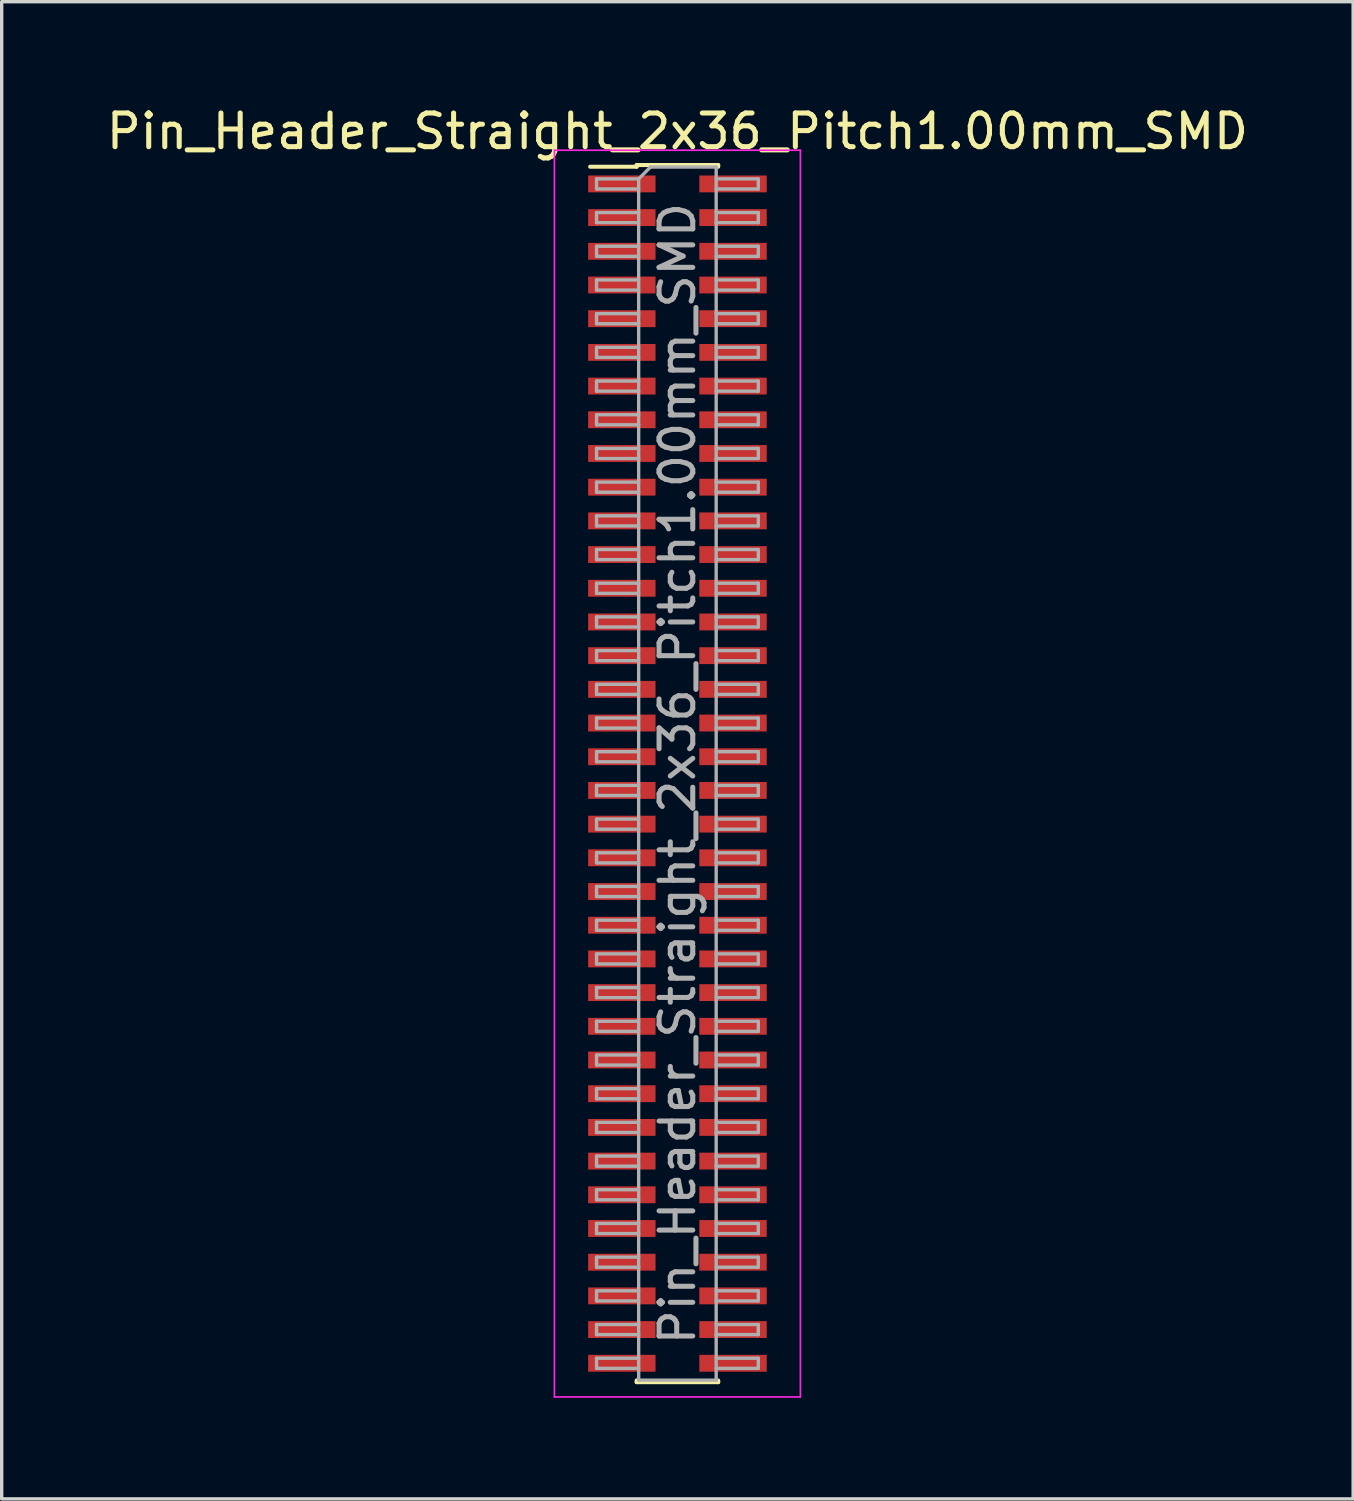
<source format=kicad_pcb>
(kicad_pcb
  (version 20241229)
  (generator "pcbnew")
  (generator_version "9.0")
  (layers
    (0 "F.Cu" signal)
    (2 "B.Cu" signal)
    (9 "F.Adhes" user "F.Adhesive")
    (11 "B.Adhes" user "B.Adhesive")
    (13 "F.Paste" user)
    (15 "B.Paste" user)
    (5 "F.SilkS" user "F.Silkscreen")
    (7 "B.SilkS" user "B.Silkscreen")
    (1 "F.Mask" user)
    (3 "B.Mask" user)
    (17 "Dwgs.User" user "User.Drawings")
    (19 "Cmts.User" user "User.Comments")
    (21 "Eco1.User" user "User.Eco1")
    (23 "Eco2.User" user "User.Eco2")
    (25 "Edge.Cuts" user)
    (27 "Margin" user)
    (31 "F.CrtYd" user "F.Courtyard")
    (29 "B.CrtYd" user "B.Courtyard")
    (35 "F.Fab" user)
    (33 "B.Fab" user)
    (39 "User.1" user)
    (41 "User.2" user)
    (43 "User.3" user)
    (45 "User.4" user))
  (footprint "Pin_Header_Straight_2x36_Pitch1.00mm_SMD"
    (layer "F.Cu")
    (at 17.054 19.908)
    (property "Reference" "Pin_Header_Straight_2x36_Pitch1.00mm_SMD" (at 0 -19.06 0) (layer "F.SilkS") (effects (font (size 1 1) (thickness 0.15))))
    (attr smd)
    (fp_line (start -2.59 -18.01) (end -1.21 -18.01) (stroke (width 0.12) (type solid)) (layer "F.SilkS"))
    (fp_line (start -1.21 -18.06) (end -1.21 -18.01) (stroke (width 0.12) (type solid)) (layer "F.SilkS"))
    (fp_line (start -1.21 -18.06) (end 1.21 -18.06) (stroke (width 0.12) (type solid)) (layer "F.SilkS"))
    (fp_line (start -1.21 18.01) (end -1.21 18.06) (stroke (width 0.12) (type solid)) (layer "F.SilkS"))
    (fp_line (start -1.21 18.06) (end 1.21 18.06) (stroke (width 0.12) (type solid)) (layer "F.SilkS"))
    (fp_line (start 1.21 -18.06) (end 1.21 -18.01) (stroke (width 0.12) (type solid)) (layer "F.SilkS"))
    (fp_line (start 1.21 18.01) (end 1.21 18.06) (stroke (width 0.12) (type solid)) (layer "F.SilkS"))
    (fp_line (start -3.65 -18.5) (end -3.65 18.5) (stroke (width 0.05) (type solid)) (layer "F.CrtYd"))
    (fp_line (start -3.65 18.5) (end 3.65 18.5) (stroke (width 0.05) (type solid)) (layer "F.CrtYd"))
    (fp_line (start 3.65 -18.5) (end -3.65 -18.5) (stroke (width 0.05) (type solid)) (layer "F.CrtYd"))
    (fp_line (start 3.65 18.5) (end 3.65 -18.5) (stroke (width 0.05) (type solid)) (layer "F.CrtYd"))
    (fp_line (start -2.4 -17.65) (end -2.4 -17.35) (stroke (width 0.1) (type solid)) (layer "F.Fab"))
    (fp_line (start -2.4 -17.35) (end -1.15 -17.35) (stroke (width 0.1) (type solid)) (layer "F.Fab"))
    (fp_line (start -2.4 -16.65) (end -2.4 -16.35) (stroke (width 0.1) (type solid)) (layer "F.Fab"))
    (fp_line (start -2.4 -16.35) (end -1.15 -16.35) (stroke (width 0.1) (type solid)) (layer "F.Fab"))
    (fp_line (start -2.4 -15.65) (end -2.4 -15.35) (stroke (width 0.1) (type solid)) (layer "F.Fab"))
    (fp_line (start -2.4 -15.35) (end -1.15 -15.35) (stroke (width 0.1) (type solid)) (layer "F.Fab"))
    (fp_line (start -2.4 -14.65) (end -2.4 -14.35) (stroke (width 0.1) (type solid)) (layer "F.Fab"))
    (fp_line (start -2.4 -14.35) (end -1.15 -14.35) (stroke (width 0.1) (type solid)) (layer "F.Fab"))
    (fp_line (start -2.4 -13.65) (end -2.4 -13.35) (stroke (width 0.1) (type solid)) (layer "F.Fab"))
    (fp_line (start -2.4 -13.35) (end -1.15 -13.35) (stroke (width 0.1) (type solid)) (layer "F.Fab"))
    (fp_line (start -2.4 -12.65) (end -2.4 -12.35) (stroke (width 0.1) (type solid)) (layer "F.Fab"))
    (fp_line (start -2.4 -12.35) (end -1.15 -12.35) (stroke (width 0.1) (type solid)) (layer "F.Fab"))
    (fp_line (start -2.4 -11.65) (end -2.4 -11.35) (stroke (width 0.1) (type solid)) (layer "F.Fab"))
    (fp_line (start -2.4 -11.35) (end -1.15 -11.35) (stroke (width 0.1) (type solid)) (layer "F.Fab"))
    (fp_line (start -2.4 -10.65) (end -2.4 -10.35) (stroke (width 0.1) (type solid)) (layer "F.Fab"))
    (fp_line (start -2.4 -10.35) (end -1.15 -10.35) (stroke (width 0.1) (type solid)) (layer "F.Fab"))
    (fp_line (start -2.4 -9.65) (end -2.4 -9.35) (stroke (width 0.1) (type solid)) (layer "F.Fab"))
    (fp_line (start -2.4 -9.35) (end -1.15 -9.35) (stroke (width 0.1) (type solid)) (layer "F.Fab"))
    (fp_line (start -2.4 -8.65) (end -2.4 -8.35) (stroke (width 0.1) (type solid)) (layer "F.Fab"))
    (fp_line (start -2.4 -8.35) (end -1.15 -8.35) (stroke (width 0.1) (type solid)) (layer "F.Fab"))
    (fp_line (start -2.4 -7.65) (end -2.4 -7.35) (stroke (width 0.1) (type solid)) (layer "F.Fab"))
    (fp_line (start -2.4 -7.35) (end -1.15 -7.35) (stroke (width 0.1) (type solid)) (layer "F.Fab"))
    (fp_line (start -2.4 -6.65) (end -2.4 -6.35) (stroke (width 0.1) (type solid)) (layer "F.Fab"))
    (fp_line (start -2.4 -6.35) (end -1.15 -6.35) (stroke (width 0.1) (type solid)) (layer "F.Fab"))
    (fp_line (start -2.4 -5.65) (end -2.4 -5.35) (stroke (width 0.1) (type solid)) (layer "F.Fab"))
    (fp_line (start -2.4 -5.35) (end -1.15 -5.35) (stroke (width 0.1) (type solid)) (layer "F.Fab"))
    (fp_line (start -2.4 -4.65) (end -2.4 -4.35) (stroke (width 0.1) (type solid)) (layer "F.Fab"))
    (fp_line (start -2.4 -4.35) (end -1.15 -4.35) (stroke (width 0.1) (type solid)) (layer "F.Fab"))
    (fp_line (start -2.4 -3.65) (end -2.4 -3.35) (stroke (width 0.1) (type solid)) (layer "F.Fab"))
    (fp_line (start -2.4 -3.35) (end -1.15 -3.35) (stroke (width 0.1) (type solid)) (layer "F.Fab"))
    (fp_line (start -2.4 -2.65) (end -2.4 -2.35) (stroke (width 0.1) (type solid)) (layer "F.Fab"))
    (fp_line (start -2.4 -2.35) (end -1.15 -2.35) (stroke (width 0.1) (type solid)) (layer "F.Fab"))
    (fp_line (start -2.4 -1.65) (end -2.4 -1.35) (stroke (width 0.1) (type solid)) (layer "F.Fab"))
    (fp_line (start -2.4 -1.35) (end -1.15 -1.35) (stroke (width 0.1) (type solid)) (layer "F.Fab"))
    (fp_line (start -2.4 -0.65) (end -2.4 -0.35) (stroke (width 0.1) (type solid)) (layer "F.Fab"))
    (fp_line (start -2.4 -0.35) (end -1.15 -0.35) (stroke (width 0.1) (type solid)) (layer "F.Fab"))
    (fp_line (start -2.4 0.35) (end -2.4 0.65) (stroke (width 0.1) (type solid)) (layer "F.Fab"))
    (fp_line (start -2.4 0.65) (end -1.15 0.65) (stroke (width 0.1) (type solid)) (layer "F.Fab"))
    (fp_line (start -2.4 1.35) (end -2.4 1.65) (stroke (width 0.1) (type solid)) (layer "F.Fab"))
    (fp_line (start -2.4 1.65) (end -1.15 1.65) (stroke (width 0.1) (type solid)) (layer "F.Fab"))
    (fp_line (start -2.4 2.35) (end -2.4 2.65) (stroke (width 0.1) (type solid)) (layer "F.Fab"))
    (fp_line (start -2.4 2.65) (end -1.15 2.65) (stroke (width 0.1) (type solid)) (layer "F.Fab"))
    (fp_line (start -2.4 3.35) (end -2.4 3.65) (stroke (width 0.1) (type solid)) (layer "F.Fab"))
    (fp_line (start -2.4 3.65) (end -1.15 3.65) (stroke (width 0.1) (type solid)) (layer "F.Fab"))
    (fp_line (start -2.4 4.35) (end -2.4 4.65) (stroke (width 0.1) (type solid)) (layer "F.Fab"))
    (fp_line (start -2.4 4.65) (end -1.15 4.65) (stroke (width 0.1) (type solid)) (layer "F.Fab"))
    (fp_line (start -2.4 5.35) (end -2.4 5.65) (stroke (width 0.1) (type solid)) (layer "F.Fab"))
    (fp_line (start -2.4 5.65) (end -1.15 5.65) (stroke (width 0.1) (type solid)) (layer "F.Fab"))
    (fp_line (start -2.4 6.35) (end -2.4 6.65) (stroke (width 0.1) (type solid)) (layer "F.Fab"))
    (fp_line (start -2.4 6.65) (end -1.15 6.65) (stroke (width 0.1) (type solid)) (layer "F.Fab"))
    (fp_line (start -2.4 7.35) (end -2.4 7.65) (stroke (width 0.1) (type solid)) (layer "F.Fab"))
    (fp_line (start -2.4 7.65) (end -1.15 7.65) (stroke (width 0.1) (type solid)) (layer "F.Fab"))
    (fp_line (start -2.4 8.35) (end -2.4 8.65) (stroke (width 0.1) (type solid)) (layer "F.Fab"))
    (fp_line (start -2.4 8.65) (end -1.15 8.65) (stroke (width 0.1) (type solid)) (layer "F.Fab"))
    (fp_line (start -2.4 9.35) (end -2.4 9.65) (stroke (width 0.1) (type solid)) (layer "F.Fab"))
    (fp_line (start -2.4 9.65) (end -1.15 9.65) (stroke (width 0.1) (type solid)) (layer "F.Fab"))
    (fp_line (start -2.4 10.35) (end -2.4 10.65) (stroke (width 0.1) (type solid)) (layer "F.Fab"))
    (fp_line (start -2.4 10.65) (end -1.15 10.65) (stroke (width 0.1) (type solid)) (layer "F.Fab"))
    (fp_line (start -2.4 11.35) (end -2.4 11.65) (stroke (width 0.1) (type solid)) (layer "F.Fab"))
    (fp_line (start -2.4 11.65) (end -1.15 11.65) (stroke (width 0.1) (type solid)) (layer "F.Fab"))
    (fp_line (start -2.4 12.35) (end -2.4 12.65) (stroke (width 0.1) (type solid)) (layer "F.Fab"))
    (fp_line (start -2.4 12.65) (end -1.15 12.65) (stroke (width 0.1) (type solid)) (layer "F.Fab"))
    (fp_line (start -2.4 13.35) (end -2.4 13.65) (stroke (width 0.1) (type solid)) (layer "F.Fab"))
    (fp_line (start -2.4 13.65) (end -1.15 13.65) (stroke (width 0.1) (type solid)) (layer "F.Fab"))
    (fp_line (start -2.4 14.35) (end -2.4 14.65) (stroke (width 0.1) (type solid)) (layer "F.Fab"))
    (fp_line (start -2.4 14.65) (end -1.15 14.65) (stroke (width 0.1) (type solid)) (layer "F.Fab"))
    (fp_line (start -2.4 15.35) (end -2.4 15.65) (stroke (width 0.1) (type solid)) (layer "F.Fab"))
    (fp_line (start -2.4 15.65) (end -1.15 15.65) (stroke (width 0.1) (type solid)) (layer "F.Fab"))
    (fp_line (start -2.4 16.35) (end -2.4 16.65) (stroke (width 0.1) (type solid)) (layer "F.Fab"))
    (fp_line (start -2.4 16.65) (end -1.15 16.65) (stroke (width 0.1) (type solid)) (layer "F.Fab"))
    (fp_line (start -2.4 17.35) (end -2.4 17.65) (stroke (width 0.1) (type solid)) (layer "F.Fab"))
    (fp_line (start -2.4 17.65) (end -1.15 17.65) (stroke (width 0.1) (type solid)) (layer "F.Fab"))
    (fp_line (start -1.15 -17.65) (end -2.4 -17.65) (stroke (width 0.1) (type solid)) (layer "F.Fab"))
    (fp_line (start -1.15 -17.65) (end -0.8 -18) (stroke (width 0.1) (type solid)) (layer "F.Fab"))
    (fp_line (start -1.15 -16.65) (end -2.4 -16.65) (stroke (width 0.1) (type solid)) (layer "F.Fab"))
    (fp_line (start -1.15 -15.65) (end -2.4 -15.65) (stroke (width 0.1) (type solid)) (layer "F.Fab"))
    (fp_line (start -1.15 -14.65) (end -2.4 -14.65) (stroke (width 0.1) (type solid)) (layer "F.Fab"))
    (fp_line (start -1.15 -13.65) (end -2.4 -13.65) (stroke (width 0.1) (type solid)) (layer "F.Fab"))
    (fp_line (start -1.15 -12.65) (end -2.4 -12.65) (stroke (width 0.1) (type solid)) (layer "F.Fab"))
    (fp_line (start -1.15 -11.65) (end -2.4 -11.65) (stroke (width 0.1) (type solid)) (layer "F.Fab"))
    (fp_line (start -1.15 -10.65) (end -2.4 -10.65) (stroke (width 0.1) (type solid)) (layer "F.Fab"))
    (fp_line (start -1.15 -9.65) (end -2.4 -9.65) (stroke (width 0.1) (type solid)) (layer "F.Fab"))
    (fp_line (start -1.15 -8.65) (end -2.4 -8.65) (stroke (width 0.1) (type solid)) (layer "F.Fab"))
    (fp_line (start -1.15 -7.65) (end -2.4 -7.65) (stroke (width 0.1) (type solid)) (layer "F.Fab"))
    (fp_line (start -1.15 -6.65) (end -2.4 -6.65) (stroke (width 0.1) (type solid)) (layer "F.Fab"))
    (fp_line (start -1.15 -5.65) (end -2.4 -5.65) (stroke (width 0.1) (type solid)) (layer "F.Fab"))
    (fp_line (start -1.15 -4.65) (end -2.4 -4.65) (stroke (width 0.1) (type solid)) (layer "F.Fab"))
    (fp_line (start -1.15 -3.65) (end -2.4 -3.65) (stroke (width 0.1) (type solid)) (layer "F.Fab"))
    (fp_line (start -1.15 -2.65) (end -2.4 -2.65) (stroke (width 0.1) (type solid)) (layer "F.Fab"))
    (fp_line (start -1.15 -1.65) (end -2.4 -1.65) (stroke (width 0.1) (type solid)) (layer "F.Fab"))
    (fp_line (start -1.15 -0.65) (end -2.4 -0.65) (stroke (width 0.1) (type solid)) (layer "F.Fab"))
    (fp_line (start -1.15 0.35) (end -2.4 0.35) (stroke (width 0.1) (type solid)) (layer "F.Fab"))
    (fp_line (start -1.15 1.35) (end -2.4 1.35) (stroke (width 0.1) (type solid)) (layer "F.Fab"))
    (fp_line (start -1.15 2.35) (end -2.4 2.35) (stroke (width 0.1) (type solid)) (layer "F.Fab"))
    (fp_line (start -1.15 3.35) (end -2.4 3.35) (stroke (width 0.1) (type solid)) (layer "F.Fab"))
    (fp_line (start -1.15 4.35) (end -2.4 4.35) (stroke (width 0.1) (type solid)) (layer "F.Fab"))
    (fp_line (start -1.15 5.35) (end -2.4 5.35) (stroke (width 0.1) (type solid)) (layer "F.Fab"))
    (fp_line (start -1.15 6.35) (end -2.4 6.35) (stroke (width 0.1) (type solid)) (layer "F.Fab"))
    (fp_line (start -1.15 7.35) (end -2.4 7.35) (stroke (width 0.1) (type solid)) (layer "F.Fab"))
    (fp_line (start -1.15 8.35) (end -2.4 8.35) (stroke (width 0.1) (type solid)) (layer "F.Fab"))
    (fp_line (start -1.15 9.35) (end -2.4 9.35) (stroke (width 0.1) (type solid)) (layer "F.Fab"))
    (fp_line (start -1.15 10.35) (end -2.4 10.35) (stroke (width 0.1) (type solid)) (layer "F.Fab"))
    (fp_line (start -1.15 11.35) (end -2.4 11.35) (stroke (width 0.1) (type solid)) (layer "F.Fab"))
    (fp_line (start -1.15 12.35) (end -2.4 12.35) (stroke (width 0.1) (type solid)) (layer "F.Fab"))
    (fp_line (start -1.15 13.35) (end -2.4 13.35) (stroke (width 0.1) (type solid)) (layer "F.Fab"))
    (fp_line (start -1.15 14.35) (end -2.4 14.35) (stroke (width 0.1) (type solid)) (layer "F.Fab"))
    (fp_line (start -1.15 15.35) (end -2.4 15.35) (stroke (width 0.1) (type solid)) (layer "F.Fab"))
    (fp_line (start -1.15 16.35) (end -2.4 16.35) (stroke (width 0.1) (type solid)) (layer "F.Fab"))
    (fp_line (start -1.15 17.35) (end -2.4 17.35) (stroke (width 0.1) (type solid)) (layer "F.Fab"))
    (fp_line (start -1.15 18) (end -1.15 -17.65) (stroke (width 0.1) (type solid)) (layer "F.Fab"))
    (fp_line (start -0.8 -18) (end 1.15 -18) (stroke (width 0.1) (type solid)) (layer "F.Fab"))
    (fp_line (start 1.15 -18) (end 1.15 18) (stroke (width 0.1) (type solid)) (layer "F.Fab"))
    (fp_line (start 1.15 -17.65) (end 2.4 -17.65) (stroke (width 0.1) (type solid)) (layer "F.Fab"))
    (fp_line (start 1.15 -16.65) (end 2.4 -16.65) (stroke (width 0.1) (type solid)) (layer "F.Fab"))
    (fp_line (start 1.15 -15.65) (end 2.4 -15.65) (stroke (width 0.1) (type solid)) (layer "F.Fab"))
    (fp_line (start 1.15 -14.65) (end 2.4 -14.65) (stroke (width 0.1) (type solid)) (layer "F.Fab"))
    (fp_line (start 1.15 -13.65) (end 2.4 -13.65) (stroke (width 0.1) (type solid)) (layer "F.Fab"))
    (fp_line (start 1.15 -12.65) (end 2.4 -12.65) (stroke (width 0.1) (type solid)) (layer "F.Fab"))
    (fp_line (start 1.15 -11.65) (end 2.4 -11.65) (stroke (width 0.1) (type solid)) (layer "F.Fab"))
    (fp_line (start 1.15 -10.65) (end 2.4 -10.65) (stroke (width 0.1) (type solid)) (layer "F.Fab"))
    (fp_line (start 1.15 -9.65) (end 2.4 -9.65) (stroke (width 0.1) (type solid)) (layer "F.Fab"))
    (fp_line (start 1.15 -8.65) (end 2.4 -8.65) (stroke (width 0.1) (type solid)) (layer "F.Fab"))
    (fp_line (start 1.15 -7.65) (end 2.4 -7.65) (stroke (width 0.1) (type solid)) (layer "F.Fab"))
    (fp_line (start 1.15 -6.65) (end 2.4 -6.65) (stroke (width 0.1) (type solid)) (layer "F.Fab"))
    (fp_line (start 1.15 -5.65) (end 2.4 -5.65) (stroke (width 0.1) (type solid)) (layer "F.Fab"))
    (fp_line (start 1.15 -4.65) (end 2.4 -4.65) (stroke (width 0.1) (type solid)) (layer "F.Fab"))
    (fp_line (start 1.15 -3.65) (end 2.4 -3.65) (stroke (width 0.1) (type solid)) (layer "F.Fab"))
    (fp_line (start 1.15 -2.65) (end 2.4 -2.65) (stroke (width 0.1) (type solid)) (layer "F.Fab"))
    (fp_line (start 1.15 -1.65) (end 2.4 -1.65) (stroke (width 0.1) (type solid)) (layer "F.Fab"))
    (fp_line (start 1.15 -0.65) (end 2.4 -0.65) (stroke (width 0.1) (type solid)) (layer "F.Fab"))
    (fp_line (start 1.15 0.35) (end 2.4 0.35) (stroke (width 0.1) (type solid)) (layer "F.Fab"))
    (fp_line (start 1.15 1.35) (end 2.4 1.35) (stroke (width 0.1) (type solid)) (layer "F.Fab"))
    (fp_line (start 1.15 2.35) (end 2.4 2.35) (stroke (width 0.1) (type solid)) (layer "F.Fab"))
    (fp_line (start 1.15 3.35) (end 2.4 3.35) (stroke (width 0.1) (type solid)) (layer "F.Fab"))
    (fp_line (start 1.15 4.35) (end 2.4 4.35) (stroke (width 0.1) (type solid)) (layer "F.Fab"))
    (fp_line (start 1.15 5.35) (end 2.4 5.35) (stroke (width 0.1) (type solid)) (layer "F.Fab"))
    (fp_line (start 1.15 6.35) (end 2.4 6.35) (stroke (width 0.1) (type solid)) (layer "F.Fab"))
    (fp_line (start 1.15 7.35) (end 2.4 7.35) (stroke (width 0.1) (type solid)) (layer "F.Fab"))
    (fp_line (start 1.15 8.35) (end 2.4 8.35) (stroke (width 0.1) (type solid)) (layer "F.Fab"))
    (fp_line (start 1.15 9.35) (end 2.4 9.35) (stroke (width 0.1) (type solid)) (layer "F.Fab"))
    (fp_line (start 1.15 10.35) (end 2.4 10.35) (stroke (width 0.1) (type solid)) (layer "F.Fab"))
    (fp_line (start 1.15 11.35) (end 2.4 11.35) (stroke (width 0.1) (type solid)) (layer "F.Fab"))
    (fp_line (start 1.15 12.35) (end 2.4 12.35) (stroke (width 0.1) (type solid)) (layer "F.Fab"))
    (fp_line (start 1.15 13.35) (end 2.4 13.35) (stroke (width 0.1) (type solid)) (layer "F.Fab"))
    (fp_line (start 1.15 14.35) (end 2.4 14.35) (stroke (width 0.1) (type solid)) (layer "F.Fab"))
    (fp_line (start 1.15 15.35) (end 2.4 15.35) (stroke (width 0.1) (type solid)) (layer "F.Fab"))
    (fp_line (start 1.15 16.35) (end 2.4 16.35) (stroke (width 0.1) (type solid)) (layer "F.Fab"))
    (fp_line (start 1.15 17.35) (end 2.4 17.35) (stroke (width 0.1) (type solid)) (layer "F.Fab"))
    (fp_line (start 1.15 18) (end -1.15 18) (stroke (width 0.1) (type solid)) (layer "F.Fab"))
    (fp_line (start 2.4 -17.65) (end 2.4 -17.35) (stroke (width 0.1) (type solid)) (layer "F.Fab"))
    (fp_line (start 2.4 -17.35) (end 1.15 -17.35) (stroke (width 0.1) (type solid)) (layer "F.Fab"))
    (fp_line (start 2.4 -16.65) (end 2.4 -16.35) (stroke (width 0.1) (type solid)) (layer "F.Fab"))
    (fp_line (start 2.4 -16.35) (end 1.15 -16.35) (stroke (width 0.1) (type solid)) (layer "F.Fab"))
    (fp_line (start 2.4 -15.65) (end 2.4 -15.35) (stroke (width 0.1) (type solid)) (layer "F.Fab"))
    (fp_line (start 2.4 -15.35) (end 1.15 -15.35) (stroke (width 0.1) (type solid)) (layer "F.Fab"))
    (fp_line (start 2.4 -14.65) (end 2.4 -14.35) (stroke (width 0.1) (type solid)) (layer "F.Fab"))
    (fp_line (start 2.4 -14.35) (end 1.15 -14.35) (stroke (width 0.1) (type solid)) (layer "F.Fab"))
    (fp_line (start 2.4 -13.65) (end 2.4 -13.35) (stroke (width 0.1) (type solid)) (layer "F.Fab"))
    (fp_line (start 2.4 -13.35) (end 1.15 -13.35) (stroke (width 0.1) (type solid)) (layer "F.Fab"))
    (fp_line (start 2.4 -12.65) (end 2.4 -12.35) (stroke (width 0.1) (type solid)) (layer "F.Fab"))
    (fp_line (start 2.4 -12.35) (end 1.15 -12.35) (stroke (width 0.1) (type solid)) (layer "F.Fab"))
    (fp_line (start 2.4 -11.65) (end 2.4 -11.35) (stroke (width 0.1) (type solid)) (layer "F.Fab"))
    (fp_line (start 2.4 -11.35) (end 1.15 -11.35) (stroke (width 0.1) (type solid)) (layer "F.Fab"))
    (fp_line (start 2.4 -10.65) (end 2.4 -10.35) (stroke (width 0.1) (type solid)) (layer "F.Fab"))
    (fp_line (start 2.4 -10.35) (end 1.15 -10.35) (stroke (width 0.1) (type solid)) (layer "F.Fab"))
    (fp_line (start 2.4 -9.65) (end 2.4 -9.35) (stroke (width 0.1) (type solid)) (layer "F.Fab"))
    (fp_line (start 2.4 -9.35) (end 1.15 -9.35) (stroke (width 0.1) (type solid)) (layer "F.Fab"))
    (fp_line (start 2.4 -8.65) (end 2.4 -8.35) (stroke (width 0.1) (type solid)) (layer "F.Fab"))
    (fp_line (start 2.4 -8.35) (end 1.15 -8.35) (stroke (width 0.1) (type solid)) (layer "F.Fab"))
    (fp_line (start 2.4 -7.65) (end 2.4 -7.35) (stroke (width 0.1) (type solid)) (layer "F.Fab"))
    (fp_line (start 2.4 -7.35) (end 1.15 -7.35) (stroke (width 0.1) (type solid)) (layer "F.Fab"))
    (fp_line (start 2.4 -6.65) (end 2.4 -6.35) (stroke (width 0.1) (type solid)) (layer "F.Fab"))
    (fp_line (start 2.4 -6.35) (end 1.15 -6.35) (stroke (width 0.1) (type solid)) (layer "F.Fab"))
    (fp_line (start 2.4 -5.65) (end 2.4 -5.35) (stroke (width 0.1) (type solid)) (layer "F.Fab"))
    (fp_line (start 2.4 -5.35) (end 1.15 -5.35) (stroke (width 0.1) (type solid)) (layer "F.Fab"))
    (fp_line (start 2.4 -4.65) (end 2.4 -4.35) (stroke (width 0.1) (type solid)) (layer "F.Fab"))
    (fp_line (start 2.4 -4.35) (end 1.15 -4.35) (stroke (width 0.1) (type solid)) (layer "F.Fab"))
    (fp_line (start 2.4 -3.65) (end 2.4 -3.35) (stroke (width 0.1) (type solid)) (layer "F.Fab"))
    (fp_line (start 2.4 -3.35) (end 1.15 -3.35) (stroke (width 0.1) (type solid)) (layer "F.Fab"))
    (fp_line (start 2.4 -2.65) (end 2.4 -2.35) (stroke (width 0.1) (type solid)) (layer "F.Fab"))
    (fp_line (start 2.4 -2.35) (end 1.15 -2.35) (stroke (width 0.1) (type solid)) (layer "F.Fab"))
    (fp_line (start 2.4 -1.65) (end 2.4 -1.35) (stroke (width 0.1) (type solid)) (layer "F.Fab"))
    (fp_line (start 2.4 -1.35) (end 1.15 -1.35) (stroke (width 0.1) (type solid)) (layer "F.Fab"))
    (fp_line (start 2.4 -0.65) (end 2.4 -0.35) (stroke (width 0.1) (type solid)) (layer "F.Fab"))
    (fp_line (start 2.4 -0.35) (end 1.15 -0.35) (stroke (width 0.1) (type solid)) (layer "F.Fab"))
    (fp_line (start 2.4 0.35) (end 2.4 0.65) (stroke (width 0.1) (type solid)) (layer "F.Fab"))
    (fp_line (start 2.4 0.65) (end 1.15 0.65) (stroke (width 0.1) (type solid)) (layer "F.Fab"))
    (fp_line (start 2.4 1.35) (end 2.4 1.65) (stroke (width 0.1) (type solid)) (layer "F.Fab"))
    (fp_line (start 2.4 1.65) (end 1.15 1.65) (stroke (width 0.1) (type solid)) (layer "F.Fab"))
    (fp_line (start 2.4 2.35) (end 2.4 2.65) (stroke (width 0.1) (type solid)) (layer "F.Fab"))
    (fp_line (start 2.4 2.65) (end 1.15 2.65) (stroke (width 0.1) (type solid)) (layer "F.Fab"))
    (fp_line (start 2.4 3.35) (end 2.4 3.65) (stroke (width 0.1) (type solid)) (layer "F.Fab"))
    (fp_line (start 2.4 3.65) (end 1.15 3.65) (stroke (width 0.1) (type solid)) (layer "F.Fab"))
    (fp_line (start 2.4 4.35) (end 2.4 4.65) (stroke (width 0.1) (type solid)) (layer "F.Fab"))
    (fp_line (start 2.4 4.65) (end 1.15 4.65) (stroke (width 0.1) (type solid)) (layer "F.Fab"))
    (fp_line (start 2.4 5.35) (end 2.4 5.65) (stroke (width 0.1) (type solid)) (layer "F.Fab"))
    (fp_line (start 2.4 5.65) (end 1.15 5.65) (stroke (width 0.1) (type solid)) (layer "F.Fab"))
    (fp_line (start 2.4 6.35) (end 2.4 6.65) (stroke (width 0.1) (type solid)) (layer "F.Fab"))
    (fp_line (start 2.4 6.65) (end 1.15 6.65) (stroke (width 0.1) (type solid)) (layer "F.Fab"))
    (fp_line (start 2.4 7.35) (end 2.4 7.65) (stroke (width 0.1) (type solid)) (layer "F.Fab"))
    (fp_line (start 2.4 7.65) (end 1.15 7.65) (stroke (width 0.1) (type solid)) (layer "F.Fab"))
    (fp_line (start 2.4 8.35) (end 2.4 8.65) (stroke (width 0.1) (type solid)) (layer "F.Fab"))
    (fp_line (start 2.4 8.65) (end 1.15 8.65) (stroke (width 0.1) (type solid)) (layer "F.Fab"))
    (fp_line (start 2.4 9.35) (end 2.4 9.65) (stroke (width 0.1) (type solid)) (layer "F.Fab"))
    (fp_line (start 2.4 9.65) (end 1.15 9.65) (stroke (width 0.1) (type solid)) (layer "F.Fab"))
    (fp_line (start 2.4 10.35) (end 2.4 10.65) (stroke (width 0.1) (type solid)) (layer "F.Fab"))
    (fp_line (start 2.4 10.65) (end 1.15 10.65) (stroke (width 0.1) (type solid)) (layer "F.Fab"))
    (fp_line (start 2.4 11.35) (end 2.4 11.65) (stroke (width 0.1) (type solid)) (layer "F.Fab"))
    (fp_line (start 2.4 11.65) (end 1.15 11.65) (stroke (width 0.1) (type solid)) (layer "F.Fab"))
    (fp_line (start 2.4 12.35) (end 2.4 12.65) (stroke (width 0.1) (type solid)) (layer "F.Fab"))
    (fp_line (start 2.4 12.65) (end 1.15 12.65) (stroke (width 0.1) (type solid)) (layer "F.Fab"))
    (fp_line (start 2.4 13.35) (end 2.4 13.65) (stroke (width 0.1) (type solid)) (layer "F.Fab"))
    (fp_line (start 2.4 13.65) (end 1.15 13.65) (stroke (width 0.1) (type solid)) (layer "F.Fab"))
    (fp_line (start 2.4 14.35) (end 2.4 14.65) (stroke (width 0.1) (type solid)) (layer "F.Fab"))
    (fp_line (start 2.4 14.65) (end 1.15 14.65) (stroke (width 0.1) (type solid)) (layer "F.Fab"))
    (fp_line (start 2.4 15.35) (end 2.4 15.65) (stroke (width 0.1) (type solid)) (layer "F.Fab"))
    (fp_line (start 2.4 15.65) (end 1.15 15.65) (stroke (width 0.1) (type solid)) (layer "F.Fab"))
    (fp_line (start 2.4 16.35) (end 2.4 16.65) (stroke (width 0.1) (type solid)) (layer "F.Fab"))
    (fp_line (start 2.4 16.65) (end 1.15 16.65) (stroke (width 0.1) (type solid)) (layer "F.Fab"))
    (fp_line (start 2.4 17.35) (end 2.4 17.65) (stroke (width 0.1) (type solid)) (layer "F.Fab"))
    (fp_line (start 2.4 17.65) (end 1.15 17.65) (stroke (width 0.1) (type solid)) (layer "F.Fab"))
    (fp_text user "${REFERENCE}" (at 0 0 90) (layer "F.Fab") (effects (font (size 1 1) (thickness 0.15))))
    (pad "1" smd rect (at -1.65 -17.5) (size 2 0.5) (layers "F.Cu" "F.Mask" "F.Paste"))
    (pad "2" smd rect (at 1.65 -17.5) (size 2 0.5) (layers "F.Cu" "F.Mask" "F.Paste"))
    (pad "3" smd rect (at -1.65 -16.5) (size 2 0.5) (layers "F.Cu" "F.Mask" "F.Paste"))
    (pad "4" smd rect (at 1.65 -16.5) (size 2 0.5) (layers "F.Cu" "F.Mask" "F.Paste"))
    (pad "5" smd rect (at -1.65 -15.5) (size 2 0.5) (layers "F.Cu" "F.Mask" "F.Paste"))
    (pad "6" smd rect (at 1.65 -15.5) (size 2 0.5) (layers "F.Cu" "F.Mask" "F.Paste"))
    (pad "7" smd rect (at -1.65 -14.5) (size 2 0.5) (layers "F.Cu" "F.Mask" "F.Paste"))
    (pad "8" smd rect (at 1.65 -14.5) (size 2 0.5) (layers "F.Cu" "F.Mask" "F.Paste"))
    (pad "9" smd rect (at -1.65 -13.5) (size 2 0.5) (layers "F.Cu" "F.Mask" "F.Paste"))
    (pad "10" smd rect (at 1.65 -13.5) (size 2 0.5) (layers "F.Cu" "F.Mask" "F.Paste"))
    (pad "11" smd rect (at -1.65 -12.5) (size 2 0.5) (layers "F.Cu" "F.Mask" "F.Paste"))
    (pad "12" smd rect (at 1.65 -12.5) (size 2 0.5) (layers "F.Cu" "F.Mask" "F.Paste"))
    (pad "13" smd rect (at -1.65 -11.5) (size 2 0.5) (layers "F.Cu" "F.Mask" "F.Paste"))
    (pad "14" smd rect (at 1.65 -11.5) (size 2 0.5) (layers "F.Cu" "F.Mask" "F.Paste"))
    (pad "15" smd rect (at -1.65 -10.5) (size 2 0.5) (layers "F.Cu" "F.Mask" "F.Paste"))
    (pad "16" smd rect (at 1.65 -10.5) (size 2 0.5) (layers "F.Cu" "F.Mask" "F.Paste"))
    (pad "17" smd rect (at -1.65 -9.5) (size 2 0.5) (layers "F.Cu" "F.Mask" "F.Paste"))
    (pad "18" smd rect (at 1.65 -9.5) (size 2 0.5) (layers "F.Cu" "F.Mask" "F.Paste"))
    (pad "19" smd rect (at -1.65 -8.5) (size 2 0.5) (layers "F.Cu" "F.Mask" "F.Paste"))
    (pad "20" smd rect (at 1.65 -8.5) (size 2 0.5) (layers "F.Cu" "F.Mask" "F.Paste"))
    (pad "21" smd rect (at -1.65 -7.5) (size 2 0.5) (layers "F.Cu" "F.Mask" "F.Paste"))
    (pad "22" smd rect (at 1.65 -7.5) (size 2 0.5) (layers "F.Cu" "F.Mask" "F.Paste"))
    (pad "23" smd rect (at -1.65 -6.5) (size 2 0.5) (layers "F.Cu" "F.Mask" "F.Paste"))
    (pad "24" smd rect (at 1.65 -6.5) (size 2 0.5) (layers "F.Cu" "F.Mask" "F.Paste"))
    (pad "25" smd rect (at -1.65 -5.5) (size 2 0.5) (layers "F.Cu" "F.Mask" "F.Paste"))
    (pad "26" smd rect (at 1.65 -5.5) (size 2 0.5) (layers "F.Cu" "F.Mask" "F.Paste"))
    (pad "27" smd rect (at -1.65 -4.5) (size 2 0.5) (layers "F.Cu" "F.Mask" "F.Paste"))
    (pad "28" smd rect (at 1.65 -4.5) (size 2 0.5) (layers "F.Cu" "F.Mask" "F.Paste"))
    (pad "29" smd rect (at -1.65 -3.5) (size 2 0.5) (layers "F.Cu" "F.Mask" "F.Paste"))
    (pad "30" smd rect (at 1.65 -3.5) (size 2 0.5) (layers "F.Cu" "F.Mask" "F.Paste"))
    (pad "31" smd rect (at -1.65 -2.5) (size 2 0.5) (layers "F.Cu" "F.Mask" "F.Paste"))
    (pad "32" smd rect (at 1.65 -2.5) (size 2 0.5) (layers "F.Cu" "F.Mask" "F.Paste"))
    (pad "33" smd rect (at -1.65 -1.5) (size 2 0.5) (layers "F.Cu" "F.Mask" "F.Paste"))
    (pad "34" smd rect (at 1.65 -1.5) (size 2 0.5) (layers "F.Cu" "F.Mask" "F.Paste"))
    (pad "35" smd rect (at -1.65 -0.5) (size 2 0.5) (layers "F.Cu" "F.Mask" "F.Paste"))
    (pad "36" smd rect (at 1.65 -0.5) (size 2 0.5) (layers "F.Cu" "F.Mask" "F.Paste"))
    (pad "37" smd rect (at -1.65 0.5) (size 2 0.5) (layers "F.Cu" "F.Mask" "F.Paste"))
    (pad "38" smd rect (at 1.65 0.5) (size 2 0.5) (layers "F.Cu" "F.Mask" "F.Paste"))
    (pad "39" smd rect (at -1.65 1.5) (size 2 0.5) (layers "F.Cu" "F.Mask" "F.Paste"))
    (pad "40" smd rect (at 1.65 1.5) (size 2 0.5) (layers "F.Cu" "F.Mask" "F.Paste"))
    (pad "41" smd rect (at -1.65 2.5) (size 2 0.5) (layers "F.Cu" "F.Mask" "F.Paste"))
    (pad "42" smd rect (at 1.65 2.5) (size 2 0.5) (layers "F.Cu" "F.Mask" "F.Paste"))
    (pad "43" smd rect (at -1.65 3.5) (size 2 0.5) (layers "F.Cu" "F.Mask" "F.Paste"))
    (pad "44" smd rect (at 1.65 3.5) (size 2 0.5) (layers "F.Cu" "F.Mask" "F.Paste"))
    (pad "45" smd rect (at -1.65 4.5) (size 2 0.5) (layers "F.Cu" "F.Mask" "F.Paste"))
    (pad "46" smd rect (at 1.65 4.5) (size 2 0.5) (layers "F.Cu" "F.Mask" "F.Paste"))
    (pad "47" smd rect (at -1.65 5.5) (size 2 0.5) (layers "F.Cu" "F.Mask" "F.Paste"))
    (pad "48" smd rect (at 1.65 5.5) (size 2 0.5) (layers "F.Cu" "F.Mask" "F.Paste"))
    (pad "49" smd rect (at -1.65 6.5) (size 2 0.5) (layers "F.Cu" "F.Mask" "F.Paste"))
    (pad "50" smd rect (at 1.65 6.5) (size 2 0.5) (layers "F.Cu" "F.Mask" "F.Paste"))
    (pad "51" smd rect (at -1.65 7.5) (size 2 0.5) (layers "F.Cu" "F.Mask" "F.Paste"))
    (pad "52" smd rect (at 1.65 7.5) (size 2 0.5) (layers "F.Cu" "F.Mask" "F.Paste"))
    (pad "53" smd rect (at -1.65 8.5) (size 2 0.5) (layers "F.Cu" "F.Mask" "F.Paste"))
    (pad "54" smd rect (at 1.65 8.5) (size 2 0.5) (layers "F.Cu" "F.Mask" "F.Paste"))
    (pad "55" smd rect (at -1.65 9.5) (size 2 0.5) (layers "F.Cu" "F.Mask" "F.Paste"))
    (pad "56" smd rect (at 1.65 9.5) (size 2 0.5) (layers "F.Cu" "F.Mask" "F.Paste"))
    (pad "57" smd rect (at -1.65 10.5) (size 2 0.5) (layers "F.Cu" "F.Mask" "F.Paste"))
    (pad "58" smd rect (at 1.65 10.5) (size 2 0.5) (layers "F.Cu" "F.Mask" "F.Paste"))
    (pad "59" smd rect (at -1.65 11.5) (size 2 0.5) (layers "F.Cu" "F.Mask" "F.Paste"))
    (pad "60" smd rect (at 1.65 11.5) (size 2 0.5) (layers "F.Cu" "F.Mask" "F.Paste"))
    (pad "61" smd rect (at -1.65 12.5) (size 2 0.5) (layers "F.Cu" "F.Mask" "F.Paste"))
    (pad "62" smd rect (at 1.65 12.5) (size 2 0.5) (layers "F.Cu" "F.Mask" "F.Paste"))
    (pad "63" smd rect (at -1.65 13.5) (size 2 0.5) (layers "F.Cu" "F.Mask" "F.Paste"))
    (pad "64" smd rect (at 1.65 13.5) (size 2 0.5) (layers "F.Cu" "F.Mask" "F.Paste"))
    (pad "65" smd rect (at -1.65 14.5) (size 2 0.5) (layers "F.Cu" "F.Mask" "F.Paste"))
    (pad "66" smd rect (at 1.65 14.5) (size 2 0.5) (layers "F.Cu" "F.Mask" "F.Paste"))
    (pad "67" smd rect (at -1.65 15.5) (size 2 0.5) (layers "F.Cu" "F.Mask" "F.Paste"))
    (pad "68" smd rect (at 1.65 15.5) (size 2 0.5) (layers "F.Cu" "F.Mask" "F.Paste"))
    (pad "69" smd rect (at -1.65 16.5) (size 2 0.5) (layers "F.Cu" "F.Mask" "F.Paste"))
    (pad "70" smd rect (at 1.65 16.5) (size 2 0.5) (layers "F.Cu" "F.Mask" "F.Paste"))
    (pad "71" smd rect (at -1.65 17.5) (size 2 0.5) (layers "F.Cu" "F.Mask" "F.Paste"))
    (pad "72" smd rect (at 1.65 17.5) (size 2 0.5) (layers "F.Cu" "F.Mask" "F.Paste")))
  (gr_rect
    (start -3 -3)
    (end 37.107 41.433)
    (stroke (width 0.1) (type default))
    (fill no)
    (layer "Edge.Cuts")))
</source>
